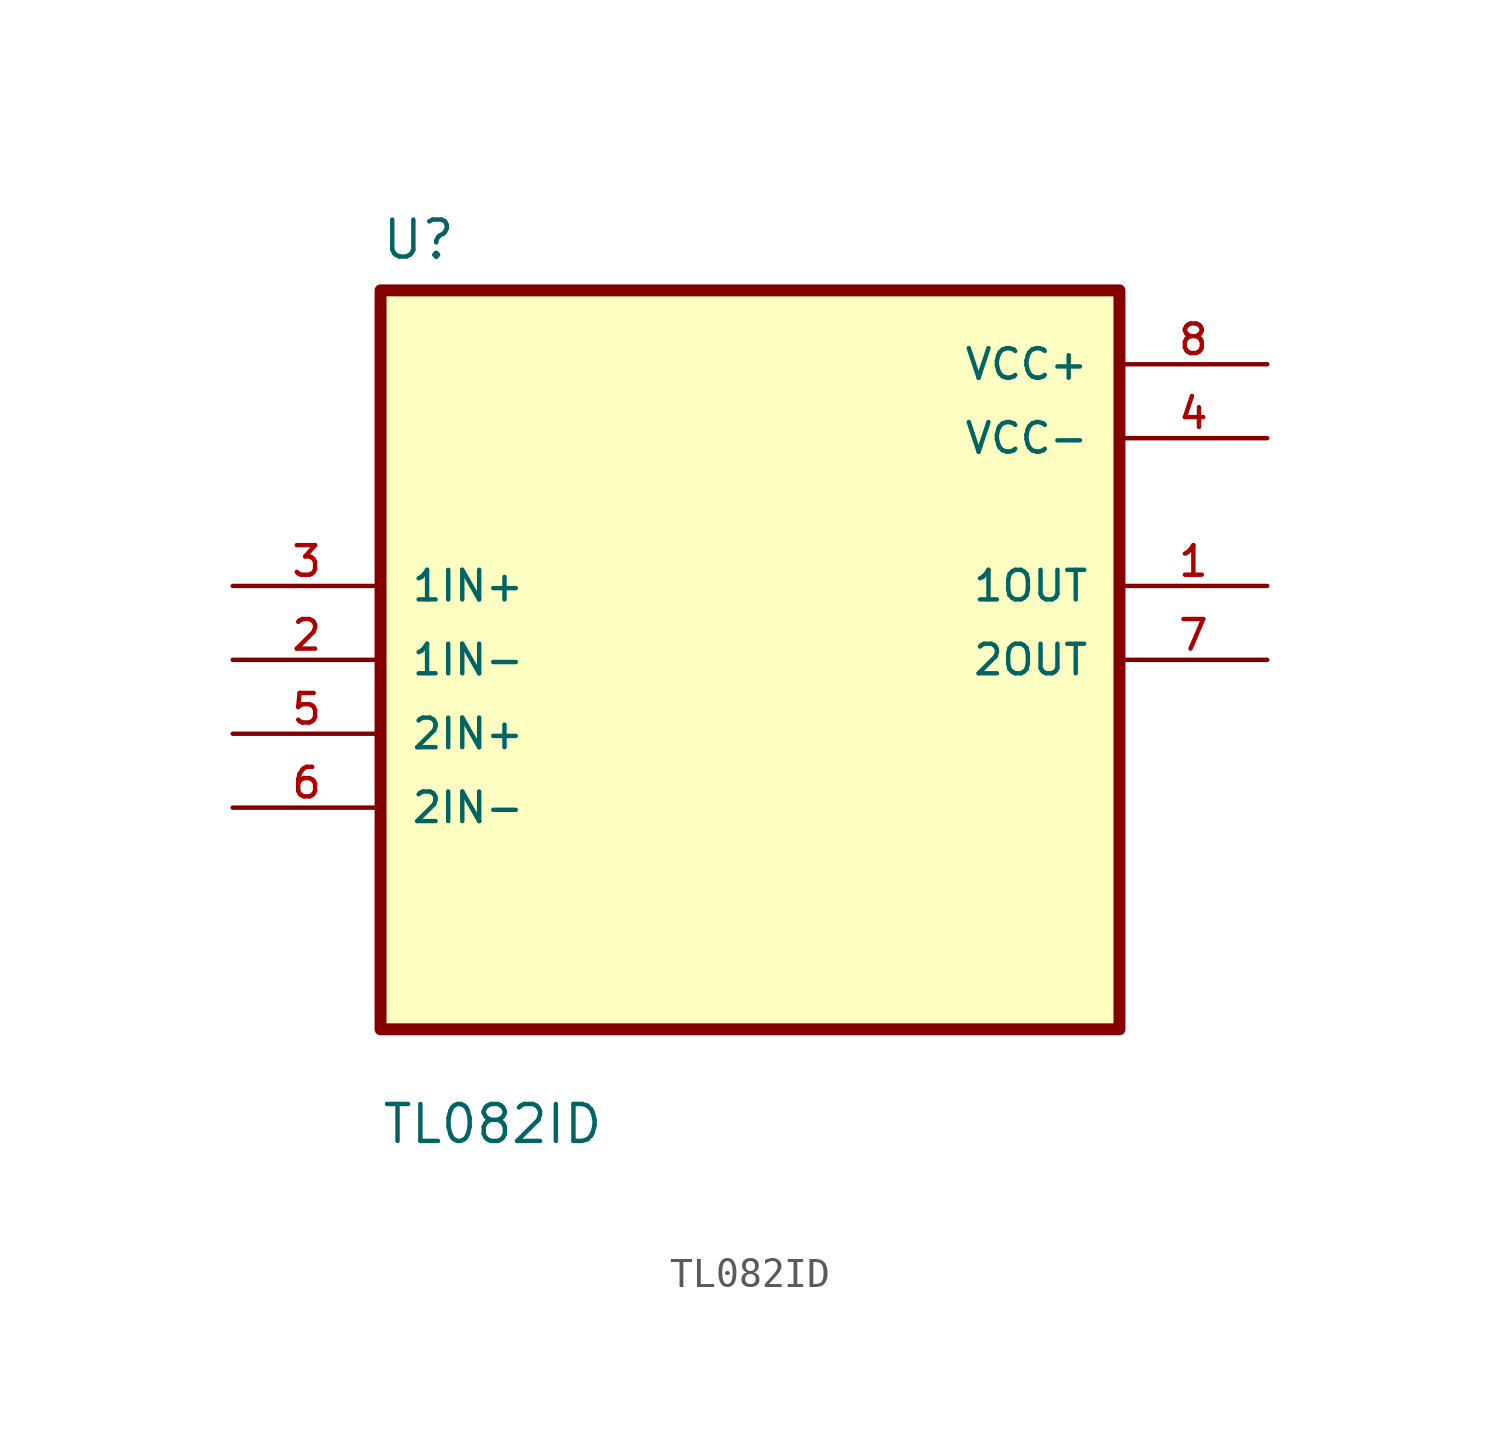
<source format=kicad_sym>
(kicad_symbol_lib
  (version 20211014)
  (generator kicad_symbol_editor)
  (symbol "TL082ID"
    (pin_names
      (offset 1.016))
    (property "Reference" "U"
      (at -12.7 13.7 0.0)
      (effects (font (size 1.27 1.27)) (justify bottom left)))
    (property "Value" "TL082ID"
      (at -12.7 -16.7 0.0)
      (effects (font (size 1.27 1.27)) (justify bottom left)))
    (symbol "TL082ID_0_0"
      (rectangle (start -12.7 -12.7) (end 12.7 12.7) (stroke (width 0.41)) (fill (type background)))
      (pin input line (at -17.78 2.54 0) (length 5.08) (name "1IN+" (effects (font (size 1.016 1.016)))) (number "3" (effects (font (size 1.016 1.016)))))
      (pin input line (at -17.78 -8.88178e-16 0) (length 5.08) (name "1IN-" (effects (font (size 1.016 1.016)))) (number "2" (effects (font (size 1.016 1.016)))))
      (pin input line (at -17.78 -2.54 0) (length 5.08) (name "2IN+" (effects (font (size 1.016 1.016)))) (number "5" (effects (font (size 1.016 1.016)))))
      (pin input line (at -17.78 -5.08 0) (length 5.08) (name "2IN-" (effects (font (size 1.016 1.016)))) (number "6" (effects (font (size 1.016 1.016)))))
      (pin power_in line (at 17.78 10.16 180.0) (length 5.08) (name "VCC+" (effects (font (size 1.016 1.016)))) (number "8" (effects (font (size 1.016 1.016)))))
      (pin power_in line (at 17.78 7.62 180.0) (length 5.08) (name "VCC-" (effects (font (size 1.016 1.016)))) (number "4" (effects (font (size 1.016 1.016)))))
      (pin output line (at 17.78 2.54 180.0) (length 5.08) (name "1OUT" (effects (font (size 1.016 1.016)))) (number "1" (effects (font (size 1.016 1.016)))))
      (pin output line (at 17.78 0.0 180.0) (length 5.08) (name "2OUT" (effects (font (size 1.016 1.016)))) (number "7" (effects (font (size 1.016 1.016))))))))
</source>
